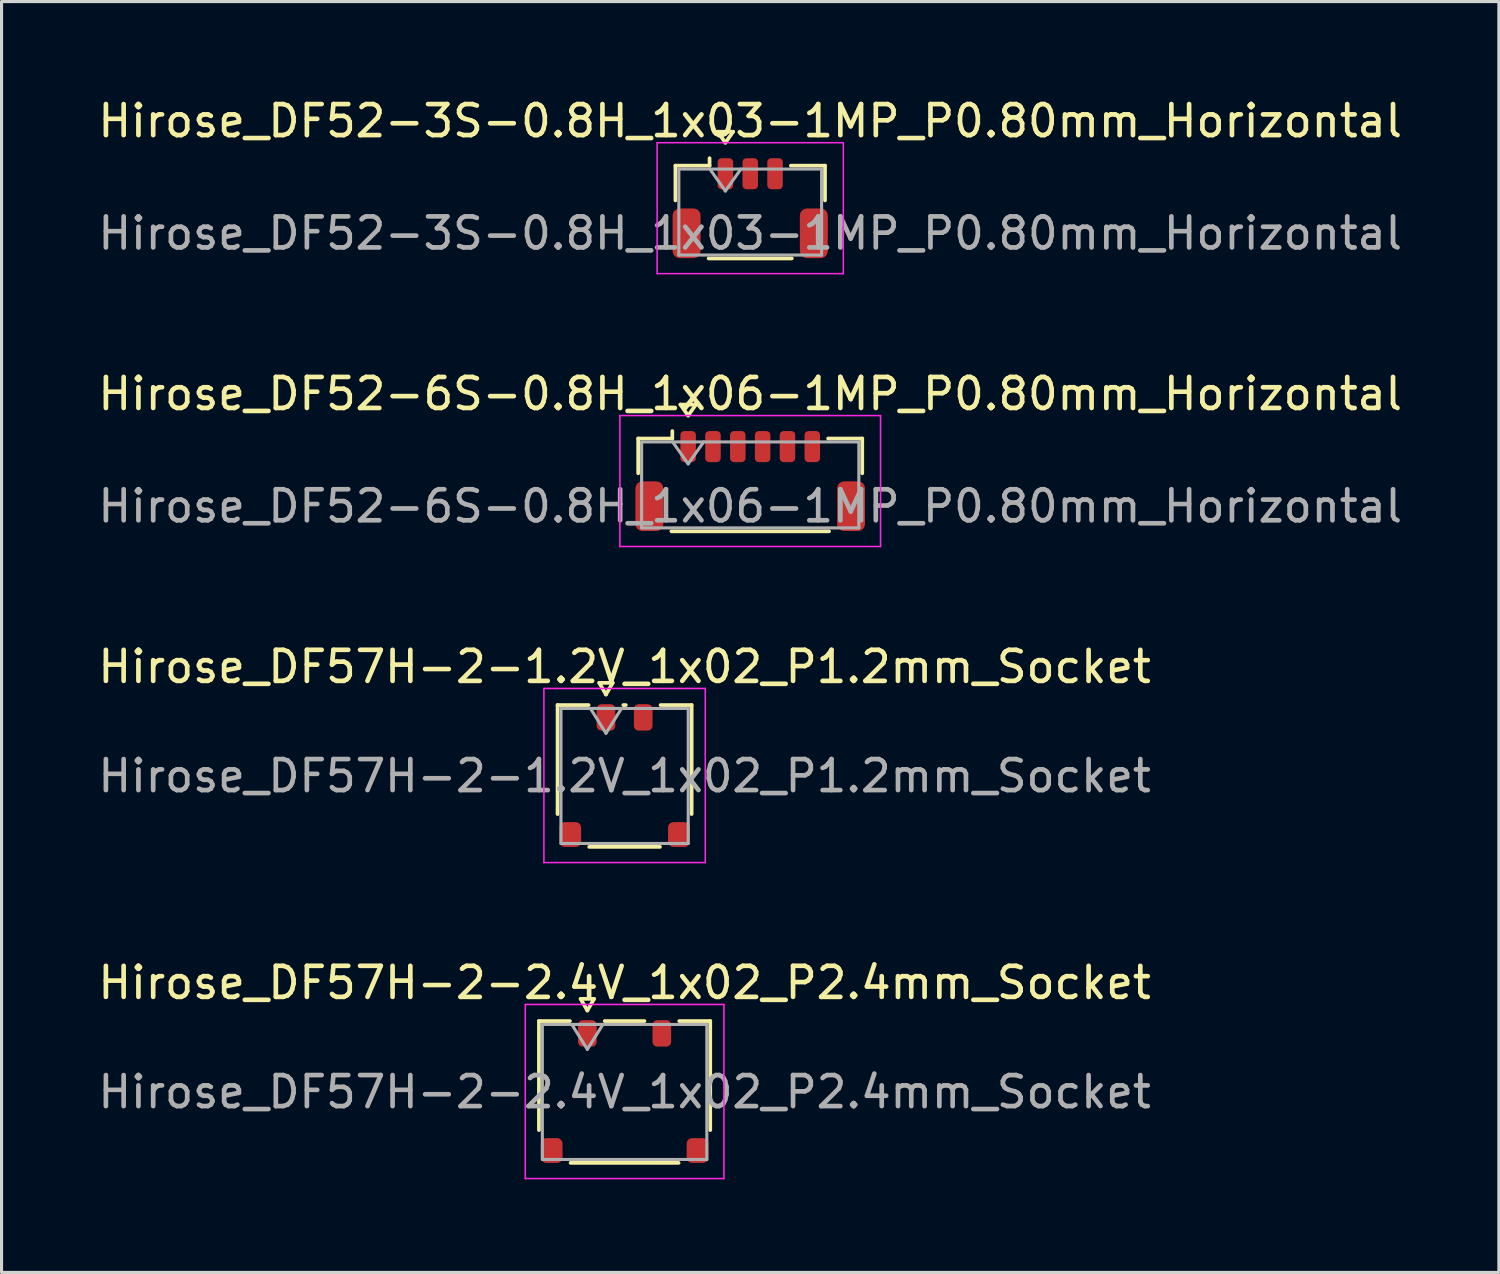
<source format=kicad_pcb>
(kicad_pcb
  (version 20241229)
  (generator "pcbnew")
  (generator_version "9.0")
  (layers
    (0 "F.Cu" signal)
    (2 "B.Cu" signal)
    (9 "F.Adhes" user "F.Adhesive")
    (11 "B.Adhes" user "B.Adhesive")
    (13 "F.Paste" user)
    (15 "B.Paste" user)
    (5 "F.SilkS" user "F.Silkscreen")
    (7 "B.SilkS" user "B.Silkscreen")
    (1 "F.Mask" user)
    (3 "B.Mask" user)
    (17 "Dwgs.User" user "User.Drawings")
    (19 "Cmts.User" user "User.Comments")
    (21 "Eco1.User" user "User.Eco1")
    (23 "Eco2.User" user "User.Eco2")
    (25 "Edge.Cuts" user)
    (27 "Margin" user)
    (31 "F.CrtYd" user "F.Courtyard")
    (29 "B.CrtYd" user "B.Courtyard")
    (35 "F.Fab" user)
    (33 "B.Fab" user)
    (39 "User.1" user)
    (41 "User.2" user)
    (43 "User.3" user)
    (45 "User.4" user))
  (footprint "Hirose_DF52-6S-0.8H_1x06-1MP_P0.80mm_Horizontal"
    (layer "F.Cu")
    (at 21.125 12.451)
    (property "Reference" "Hirose_DF52-6S-0.8H_1x06-1MP_P0.80mm_Horizontal" (at 0 -2.81 0) (layer "F.SilkS") (effects (font (size 1 1) (thickness 0.15))))
    (attr smd)
    (fp_line (start -3.61 -1.37) (end -2.51 -1.37) (stroke (width 0.12) (type solid)) (layer "F.SilkS"))
    (fp_line (start -3.61 -0.25) (end -3.61 -1.37) (stroke (width 0.12) (type solid)) (layer "F.SilkS"))
    (fp_line (start -2.54 1.62) (end 2.54 1.62) (stroke (width 0.12) (type solid)) (layer "F.SilkS"))
    (fp_line (start -2.51 -1.37) (end -2.51 -1.61) (stroke (width 0.12) (type solid)) (layer "F.SilkS"))
    (fp_line (start -2.25 -2.464) (end -2 -2.11) (stroke (width 0.12) (type solid)) (layer "F.SilkS"))
    (fp_line (start -2 -2.11) (end -1.75 -2.464) (stroke (width 0.12) (type solid)) (layer "F.SilkS"))
    (fp_line (start -1.75 -2.464) (end -2.25 -2.464) (stroke (width 0.12) (type solid)) (layer "F.SilkS"))
    (fp_line (start 3.61 -1.37) (end 2.51 -1.37) (stroke (width 0.12) (type solid)) (layer "F.SilkS"))
    (fp_line (start 3.61 -0.25) (end 3.61 -1.37) (stroke (width 0.12) (type solid)) (layer "F.SilkS"))
    (fp_line (start -4.2 -2.11) (end -4.2 2.11) (stroke (width 0.05) (type solid)) (layer "F.CrtYd"))
    (fp_line (start -4.2 2.11) (end 4.2 2.11) (stroke (width 0.05) (type solid)) (layer "F.CrtYd"))
    (fp_line (start 4.2 -2.11) (end -4.2 -2.11) (stroke (width 0.05) (type solid)) (layer "F.CrtYd"))
    (fp_line (start 4.2 2.11) (end 4.2 -2.11) (stroke (width 0.05) (type solid)) (layer "F.CrtYd"))
    (fp_line (start -3.5 -1.26) (end -3.5 1.51) (stroke (width 0.1) (type solid)) (layer "F.Fab"))
    (fp_line (start -3.5 -1.26) (end 3.5 -1.26) (stroke (width 0.1) (type solid)) (layer "F.Fab"))
    (fp_line (start -3.5 1.51) (end 3.5 1.51) (stroke (width 0.1) (type solid)) (layer "F.Fab"))
    (fp_line (start -2.5 -1.26) (end -2 -0.553) (stroke (width 0.1) (type solid)) (layer "F.Fab"))
    (fp_line (start -2 -0.553) (end -1.5 -1.26) (stroke (width 0.1) (type solid)) (layer "F.Fab"))
    (fp_line (start 3.5 -1.26) (end 3.5 1.51) (stroke (width 0.1) (type solid)) (layer "F.Fab"))
    (fp_text user "${REFERENCE}" (at 0 0.81 0) (layer "F.Fab") (effects (font (size 1 1) (thickness 0.15))))
    (pad "1" smd roundrect (at -2 -1.11) (size 0.5 1) (layers "F.Cu" "F.Mask" "F.Paste") (roundrect_rratio 0.25))
    (pad "2" smd roundrect (at -1.2 -1.11) (size 0.5 1) (layers "F.Cu" "F.Mask" "F.Paste") (roundrect_rratio 0.25))
    (pad "3" smd roundrect (at -0.4 -1.11) (size 0.5 1) (layers "F.Cu" "F.Mask" "F.Paste") (roundrect_rratio 0.25))
    (pad "4" smd roundrect (at 0.4 -1.11) (size 0.5 1) (layers "F.Cu" "F.Mask" "F.Paste") (roundrect_rratio 0.25))
    (pad "5" smd roundrect (at 1.2 -1.11) (size 0.5 1) (layers "F.Cu" "F.Mask" "F.Paste") (roundrect_rratio 0.25))
    (pad "6" smd roundrect (at 2 -1.11) (size 0.5 1) (layers "F.Cu" "F.Mask" "F.Paste") (roundrect_rratio 0.25))
    (pad "MP" smd roundrect (at -3.25 0.81) (size 0.9 1.6) (layers "F.Cu" "F.Mask" "F.Paste") (roundrect_rratio 0.25))
    (pad "MP" smd roundrect (at 3.25 0.81) (size 0.9 1.6) (layers "F.Cu" "F.Mask" "F.Paste") (roundrect_rratio 0.25)))
  (footprint "Hirose_DF57H-2-1.2V_1x02_P1.2mm_Socket"
    (layer "F.Cu")
    (at 17.077 21.955)
    (property "Reference" "Hirose_DF57H-2-1.2V_1x02_P1.2mm_Socket" (at 0 -3.52 0) (layer "F.SilkS") (effects (font (size 1 1) (thickness 0.15))))
    (attr smd)
    (fp_line (start -2.16 -2.285) (end -1.16 -2.285) (stroke (width 0.12) (type solid)) (layer "F.SilkS"))
    (fp_line (start -2.16 1.228) (end -2.16 -2.285) (stroke (width 0.12) (type solid)) (layer "F.SilkS"))
    (fp_line (start -0.817 -3) (end -0.6 -2.625) (stroke (width 0.12) (type solid)) (layer "F.SilkS"))
    (fp_line (start -0.6 -2.625) (end -0.383 -3) (stroke (width 0.12) (type solid)) (layer "F.SilkS"))
    (fp_line (start -0.383 -3) (end -0.817 -3) (stroke (width 0.12) (type solid)) (layer "F.SilkS"))
    (fp_line (start -0.04 -2.285) (end 0.04 -2.285) (stroke (width 0.12) (type solid)) (layer "F.SilkS"))
    (fp_line (start 1.14 2.285) (end -1.14 2.285) (stroke (width 0.12) (type solid)) (layer "F.SilkS"))
    (fp_line (start 1.16 -2.285) (end 2.16 -2.285) (stroke (width 0.12) (type solid)) (layer "F.SilkS"))
    (fp_line (start 2.16 -2.285) (end 2.16 1.228) (stroke (width 0.12) (type solid)) (layer "F.SilkS"))
    (fp_line (start -2.6 -2.82) (end -2.6 2.79) (stroke (width 0.05) (type solid)) (layer "F.CrtYd"))
    (fp_line (start -2.6 2.79) (end 2.6 2.79) (stroke (width 0.05) (type solid)) (layer "F.CrtYd"))
    (fp_line (start 2.6 -2.82) (end -2.6 -2.82) (stroke (width 0.05) (type solid)) (layer "F.CrtYd"))
    (fp_line (start 2.6 2.79) (end 2.6 -2.82) (stroke (width 0.05) (type solid)) (layer "F.CrtYd"))
    (fp_line (start -2.05 -2.175) (end 2.05 -2.175) (stroke (width 0.1) (type solid)) (layer "F.Fab"))
    (fp_line (start -2.05 2.175) (end -2.05 -2.175) (stroke (width 0.1) (type solid)) (layer "F.Fab"))
    (fp_line (start -1.1 -2.175) (end -0.6 -1.375) (stroke (width 0.1) (type solid)) (layer "F.Fab"))
    (fp_line (start -0.6 -1.375) (end -0.1 -2.175) (stroke (width 0.1) (type solid)) (layer "F.Fab"))
    (fp_line (start -0.1 -2.175) (end -1.1 -2.175) (stroke (width 0.1) (type solid)) (layer "F.Fab"))
    (fp_line (start 2.05 -2.175) (end 2.05 2.175) (stroke (width 0.1) (type solid)) (layer "F.Fab"))
    (fp_line (start 2.05 2.175) (end -2.05 2.175) (stroke (width 0.1) (type solid)) (layer "F.Fab"))
    (fp_text user "${REFERENCE}" (at 0 0 0) (layer "F.Fab") (effects (font (size 1 1) (thickness 0.15))))
    (pad "" smd roundrect (at -1.75 1.887) (size 0.7 0.8) (layers "F.Cu" "F.Mask" "F.Paste") (roundrect_rratio 0.25))
    (pad "" smd roundrect (at 1.75 1.887) (size 0.7 0.8) (layers "F.Cu" "F.Mask" "F.Paste") (roundrect_rratio 0.25))
    (pad "1" smd roundrect (at -0.6 -1.887) (size 0.6 0.85) (layers "F.Cu" "F.Mask" "F.Paste") (roundrect_rratio 0.25))
    (pad "2" smd roundrect (at 0.6 -1.887) (size 0.6 0.85) (layers "F.Cu" "F.Mask" "F.Paste") (roundrect_rratio 0.25))
    (zone (net_name "") (layer "F.Cu") (name "keepout") (hatch edge 0.5) (connect_pads) (min_thickness 0.25) (filled_areas_thickness no) (keepout (tracks not_allowed) (vias not_allowed) (pads allowed) (copperpour not_allowed) (footprints allowed)) (placement (enabled no)) (fill) (polygon (pts (xy 15.827 20.492) (xy 18.327 20.492) (xy 18.327 21.692) (xy 15.827 21.692)))))
  (footprint "Hirose_DF57H-2-2.4V_1x02_P2.4mm_Socket"
    (layer "F.Cu")
    (at 17.077 32.138)
    (property "Reference" "Hirose_DF57H-2-2.4V_1x02_P2.4mm_Socket" (at 0 -3.52 0) (layer "F.SilkS") (effects (font (size 1 1) (thickness 0.15))))
    (attr smd)
    (fp_line (start -2.76 -2.285) (end -1.76 -2.285) (stroke (width 0.12) (type solid)) (layer "F.SilkS"))
    (fp_line (start -2.76 1.228) (end -2.76 -2.285) (stroke (width 0.12) (type solid)) (layer "F.SilkS"))
    (fp_line (start -1.417 -3) (end -1.2 -2.625) (stroke (width 0.12) (type solid)) (layer "F.SilkS"))
    (fp_line (start -1.2 -2.625) (end -0.983 -3) (stroke (width 0.12) (type solid)) (layer "F.SilkS"))
    (fp_line (start -0.983 -3) (end -1.417 -3) (stroke (width 0.12) (type solid)) (layer "F.SilkS"))
    (fp_line (start -0.64 -2.285) (end 0.64 -2.285) (stroke (width 0.12) (type solid)) (layer "F.SilkS"))
    (fp_line (start 1.74 2.285) (end -1.74 2.285) (stroke (width 0.12) (type solid)) (layer "F.SilkS"))
    (fp_line (start 1.76 -2.285) (end 2.76 -2.285) (stroke (width 0.12) (type solid)) (layer "F.SilkS"))
    (fp_line (start 2.76 -2.285) (end 2.76 1.228) (stroke (width 0.12) (type solid)) (layer "F.SilkS"))
    (fp_line (start -3.2 -2.82) (end -3.2 2.79) (stroke (width 0.05) (type solid)) (layer "F.CrtYd"))
    (fp_line (start -3.2 2.79) (end 3.2 2.79) (stroke (width 0.05) (type solid)) (layer "F.CrtYd"))
    (fp_line (start 3.2 -2.82) (end -3.2 -2.82) (stroke (width 0.05) (type solid)) (layer "F.CrtYd"))
    (fp_line (start 3.2 2.79) (end 3.2 -2.82) (stroke (width 0.05) (type solid)) (layer "F.CrtYd"))
    (fp_line (start -2.65 -2.175) (end 2.65 -2.175) (stroke (width 0.1) (type solid)) (layer "F.Fab"))
    (fp_line (start -2.65 2.175) (end -2.65 -2.175) (stroke (width 0.1) (type solid)) (layer "F.Fab"))
    (fp_line (start -1.7 -2.175) (end -1.2 -1.375) (stroke (width 0.1) (type solid)) (layer "F.Fab"))
    (fp_line (start -1.2 -1.375) (end -0.7 -2.175) (stroke (width 0.1) (type solid)) (layer "F.Fab"))
    (fp_line (start -0.7 -2.175) (end -1.7 -2.175) (stroke (width 0.1) (type solid)) (layer "F.Fab"))
    (fp_line (start 2.65 -2.175) (end 2.65 2.175) (stroke (width 0.1) (type solid)) (layer "F.Fab"))
    (fp_line (start 2.65 2.175) (end -2.65 2.175) (stroke (width 0.1) (type solid)) (layer "F.Fab"))
    (fp_text user "${REFERENCE}" (at 0 0 0) (layer "F.Fab") (effects (font (size 1 1) (thickness 0.15))))
    (pad "" smd roundrect (at -2.35 1.887) (size 0.7 0.8) (layers "F.Cu" "F.Mask" "F.Paste") (roundrect_rratio 0.25))
    (pad "" smd roundrect (at 2.35 1.887) (size 0.7 0.8) (layers "F.Cu" "F.Mask" "F.Paste") (roundrect_rratio 0.25))
    (pad "1" smd roundrect (at -1.2 -1.887) (size 0.6 0.85) (layers "F.Cu" "F.Mask" "F.Paste") (roundrect_rratio 0.25))
    (pad "2" smd roundrect (at 1.2 -1.887) (size 0.6 0.85) (layers "F.Cu" "F.Mask" "F.Paste") (roundrect_rratio 0.25))
    (zone (net_name "") (layer "F.Cu") (name "keepout") (hatch edge 0.5) (connect_pads) (min_thickness 0.25) (filled_areas_thickness no) (keepout (tracks not_allowed) (vias not_allowed) (pads allowed) (copperpour not_allowed) (footprints allowed)) (placement (enabled no)) (fill) (polygon (pts (xy 15.227 30.675) (xy 18.927 30.675) (xy 18.927 31.875) (xy 15.227 31.875)))))
  (footprint "Hirose_DF52-3S-0.8H_1x03-1MP_P0.80mm_Horizontal"
    (layer "F.Cu")
    (at 21.125 3.658)
    (property "Reference" "Hirose_DF52-3S-0.8H_1x03-1MP_P0.80mm_Horizontal" (at 0 -2.81 0) (layer "F.SilkS") (effects (font (size 1 1) (thickness 0.15))))
    (attr smd)
    (fp_line (start -2.41 -1.37) (end -1.31 -1.37) (stroke (width 0.12) (type solid)) (layer "F.SilkS"))
    (fp_line (start -2.41 -0.25) (end -2.41 -1.37) (stroke (width 0.12) (type solid)) (layer "F.SilkS"))
    (fp_line (start -1.34 1.62) (end 1.34 1.62) (stroke (width 0.12) (type solid)) (layer "F.SilkS"))
    (fp_line (start -1.31 -1.37) (end -1.31 -1.61) (stroke (width 0.12) (type solid)) (layer "F.SilkS"))
    (fp_line (start -1.05 -2.464) (end -0.8 -2.11) (stroke (width 0.12) (type solid)) (layer "F.SilkS"))
    (fp_line (start -0.8 -2.11) (end -0.55 -2.464) (stroke (width 0.12) (type solid)) (layer "F.SilkS"))
    (fp_line (start -0.55 -2.464) (end -1.05 -2.464) (stroke (width 0.12) (type solid)) (layer "F.SilkS"))
    (fp_line (start 2.41 -1.37) (end 1.31 -1.37) (stroke (width 0.12) (type solid)) (layer "F.SilkS"))
    (fp_line (start 2.41 -0.25) (end 2.41 -1.37) (stroke (width 0.12) (type solid)) (layer "F.SilkS"))
    (fp_line (start -3 -2.11) (end -3 2.11) (stroke (width 0.05) (type solid)) (layer "F.CrtYd"))
    (fp_line (start -3 2.11) (end 3 2.11) (stroke (width 0.05) (type solid)) (layer "F.CrtYd"))
    (fp_line (start 3 -2.11) (end -3 -2.11) (stroke (width 0.05) (type solid)) (layer "F.CrtYd"))
    (fp_line (start 3 2.11) (end 3 -2.11) (stroke (width 0.05) (type solid)) (layer "F.CrtYd"))
    (fp_line (start -2.3 -1.26) (end -2.3 1.51) (stroke (width 0.1) (type solid)) (layer "F.Fab"))
    (fp_line (start -2.3 -1.26) (end 2.3 -1.26) (stroke (width 0.1) (type solid)) (layer "F.Fab"))
    (fp_line (start -2.3 1.51) (end 2.3 1.51) (stroke (width 0.1) (type solid)) (layer "F.Fab"))
    (fp_line (start -1.3 -1.26) (end -0.8 -0.553) (stroke (width 0.1) (type solid)) (layer "F.Fab"))
    (fp_line (start -0.8 -0.553) (end -0.3 -1.26) (stroke (width 0.1) (type solid)) (layer "F.Fab"))
    (fp_line (start 2.3 -1.26) (end 2.3 1.51) (stroke (width 0.1) (type solid)) (layer "F.Fab"))
    (fp_text user "${REFERENCE}" (at 0 0.81 0) (layer "F.Fab") (effects (font (size 1 1) (thickness 0.15))))
    (pad "1" smd roundrect (at -0.8 -1.11) (size 0.5 1) (layers "F.Cu" "F.Mask" "F.Paste") (roundrect_rratio 0.25))
    (pad "2" smd roundrect (at 0 -1.11) (size 0.5 1) (layers "F.Cu" "F.Mask" "F.Paste") (roundrect_rratio 0.25))
    (pad "3" smd roundrect (at 0.8 -1.11) (size 0.5 1) (layers "F.Cu" "F.Mask" "F.Paste") (roundrect_rratio 0.25))
    (pad "MP" smd roundrect (at -2.05 0.81) (size 0.9 1.6) (layers "F.Cu" "F.Mask" "F.Paste") (roundrect_rratio 0.25))
    (pad "MP" smd roundrect (at 2.05 0.81) (size 0.9 1.6) (layers "F.Cu" "F.Mask" "F.Paste") (roundrect_rratio 0.25)))
  (gr_rect
    (start -3 -3)
    (end 45.25 37.953)
    (stroke (width 0.1) (type default))
    (fill no)
    (layer "Edge.Cuts")))
</source>
